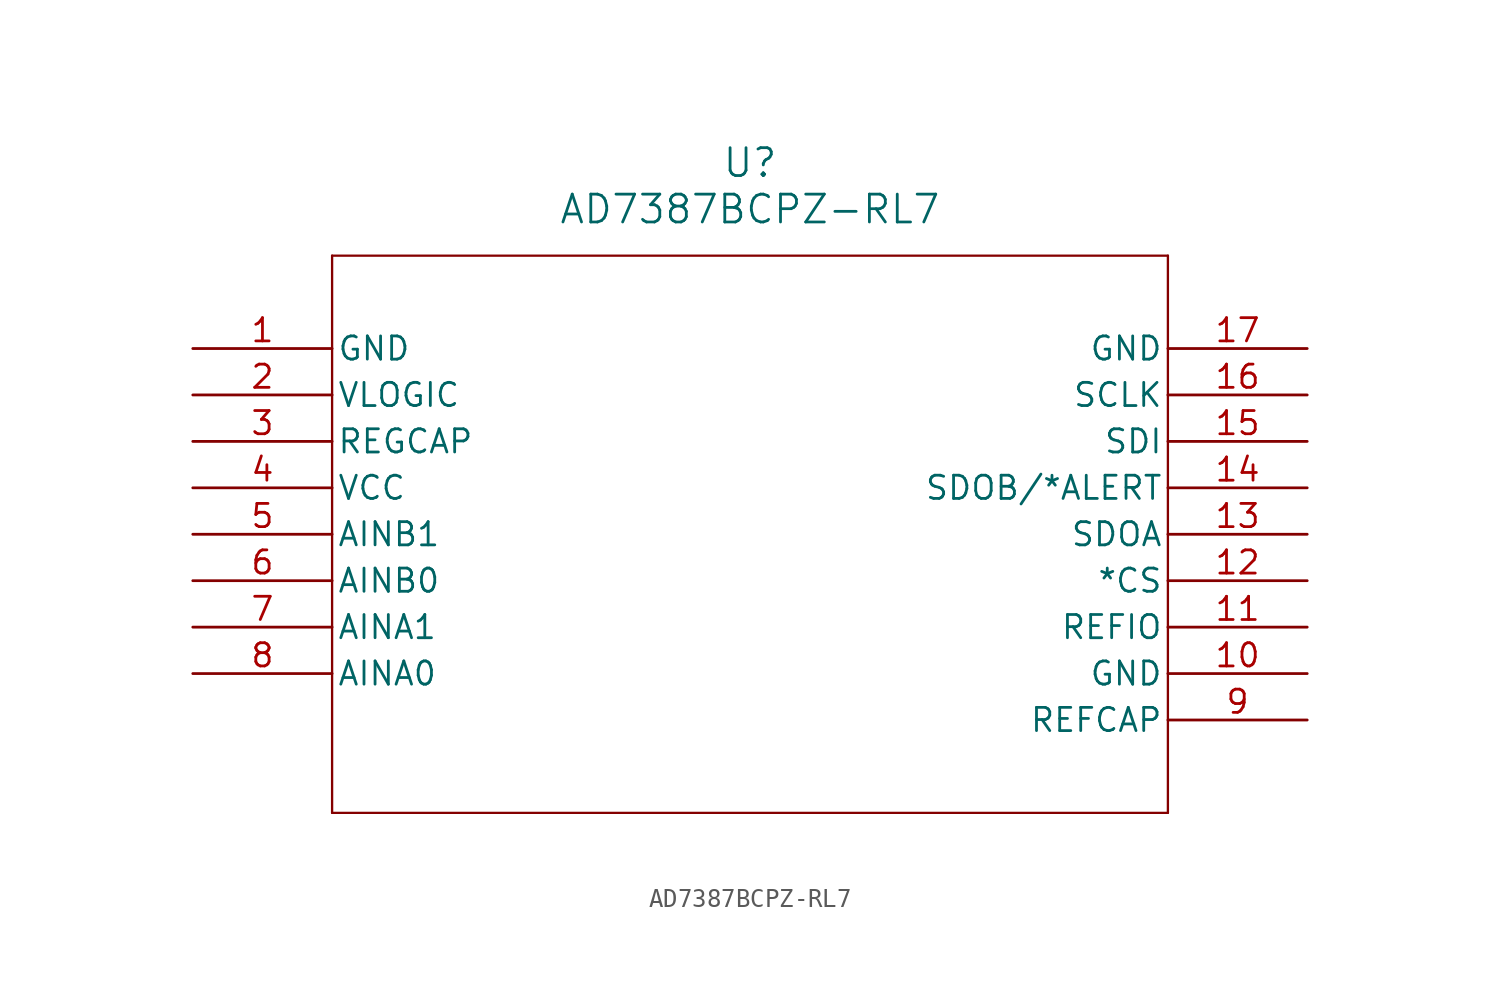
<source format=kicad_sym>
(kicad_symbol_lib
  (version 20241209)
  (generator "kicad_symbol_editor")
  (generator_version "9.0")
  (symbol "AD7387BCPZ-RL7"
    (pin_names
      (offset 0.254))
    (property "Reference" "U"
      (at 30.48 10.16 0)
      (effects (font (size 1.524 1.524))))
    (property "Value" "AD7387BCPZ-RL7"
      (at 30.48 7.62 0)
      (effects (font (size 1.524 1.524))))
    (property "ki_locked" ""
      (at 0 0 0)
      (effects (font (size 1.27 1.27))))
    (symbol "AD7387BCPZ-RL7_0_1"
      (polyline (pts (xy 7.62 5.08) (xy 7.62 -25.4)) (stroke (width 0.127) (type default)) (fill (type none)))
      (polyline (pts (xy 7.62 -25.4) (xy 53.34 -25.4)) (stroke (width 0.127) (type default)) (fill (type none)))
      (polyline (pts (xy 53.34 5.08) (xy 7.62 5.08)) (stroke (width 0.127) (type default)) (fill (type none)))
      (polyline (pts (xy 53.34 -25.4) (xy 53.34 5.08)) (stroke (width 0.127) (type default)) (fill (type none)))
      (pin power_out line (at 0 0 0) (length 7.62) (name "GND" (effects (font (size 1.27 1.27)))) (number "1" (effects (font (size 1.27 1.27)))))
      (pin power_in line (at 0 -2.54 0) (length 7.62) (name "VLOGIC" (effects (font (size 1.27 1.27)))) (number "2" (effects (font (size 1.27 1.27)))))
      (pin power_in line (at 0 -5.08 0) (length 7.62) (name "REGCAP" (effects (font (size 1.27 1.27)))) (number "3" (effects (font (size 1.27 1.27)))))
      (pin power_in line (at 0 -7.62 0) (length 7.62) (name "VCC" (effects (font (size 1.27 1.27)))) (number "4" (effects (font (size 1.27 1.27)))))
      (pin unspecified line (at 0 -10.16 0) (length 7.62) (name "AINB1" (effects (font (size 1.27 1.27)))) (number "5" (effects (font (size 1.27 1.27)))))
      (pin unspecified line (at 0 -12.7 0) (length 7.62) (name "AINB0" (effects (font (size 1.27 1.27)))) (number "6" (effects (font (size 1.27 1.27)))))
      (pin unspecified line (at 0 -15.24 0) (length 7.62) (name "AINA1" (effects (font (size 1.27 1.27)))) (number "7" (effects (font (size 1.27 1.27)))))
      (pin unspecified line (at 0 -17.78 0) (length 7.62) (name "AINA0" (effects (font (size 1.27 1.27)))) (number "8" (effects (font (size 1.27 1.27)))))
      (pin power_out line (at 60.96 0 180) (length 7.62) (name "GND" (effects (font (size 1.27 1.27)))) (number "17" (effects (font (size 1.27 1.27)))))
      (pin input line (at 60.96 -2.54 180) (length 7.62) (name "SCLK" (effects (font (size 1.27 1.27)))) (number "16" (effects (font (size 1.27 1.27)))))
      (pin input line (at 60.96 -5.08 180) (length 7.62) (name "SDI" (effects (font (size 1.27 1.27)))) (number "15" (effects (font (size 1.27 1.27)))))
      (pin output line (at 60.96 -7.62 180) (length 7.62) (name "SDOB/*ALERT" (effects (font (size 1.27 1.27)))) (number "14" (effects (font (size 1.27 1.27)))))
      (pin output line (at 60.96 -10.16 180) (length 7.62) (name "SDOA" (effects (font (size 1.27 1.27)))) (number "13" (effects (font (size 1.27 1.27)))))
      (pin input line (at 60.96 -12.7 180) (length 7.62) (name "*CS" (effects (font (size 1.27 1.27)))) (number "12" (effects (font (size 1.27 1.27)))))
      (pin bidirectional line (at 60.96 -15.24 180) (length 7.62) (name "REFIO" (effects (font (size 1.27 1.27)))) (number "11" (effects (font (size 1.27 1.27)))))
      (pin power_out line (at 60.96 -17.78 180) (length 7.62) (name "GND" (effects (font (size 1.27 1.27)))) (number "10" (effects (font (size 1.27 1.27)))))
      (pin power_in line (at 60.96 -20.32 180) (length 7.62) (name "REFCAP" (effects (font (size 1.27 1.27)))) (number "9" (effects (font (size 1.27 1.27))))))))
</source>
